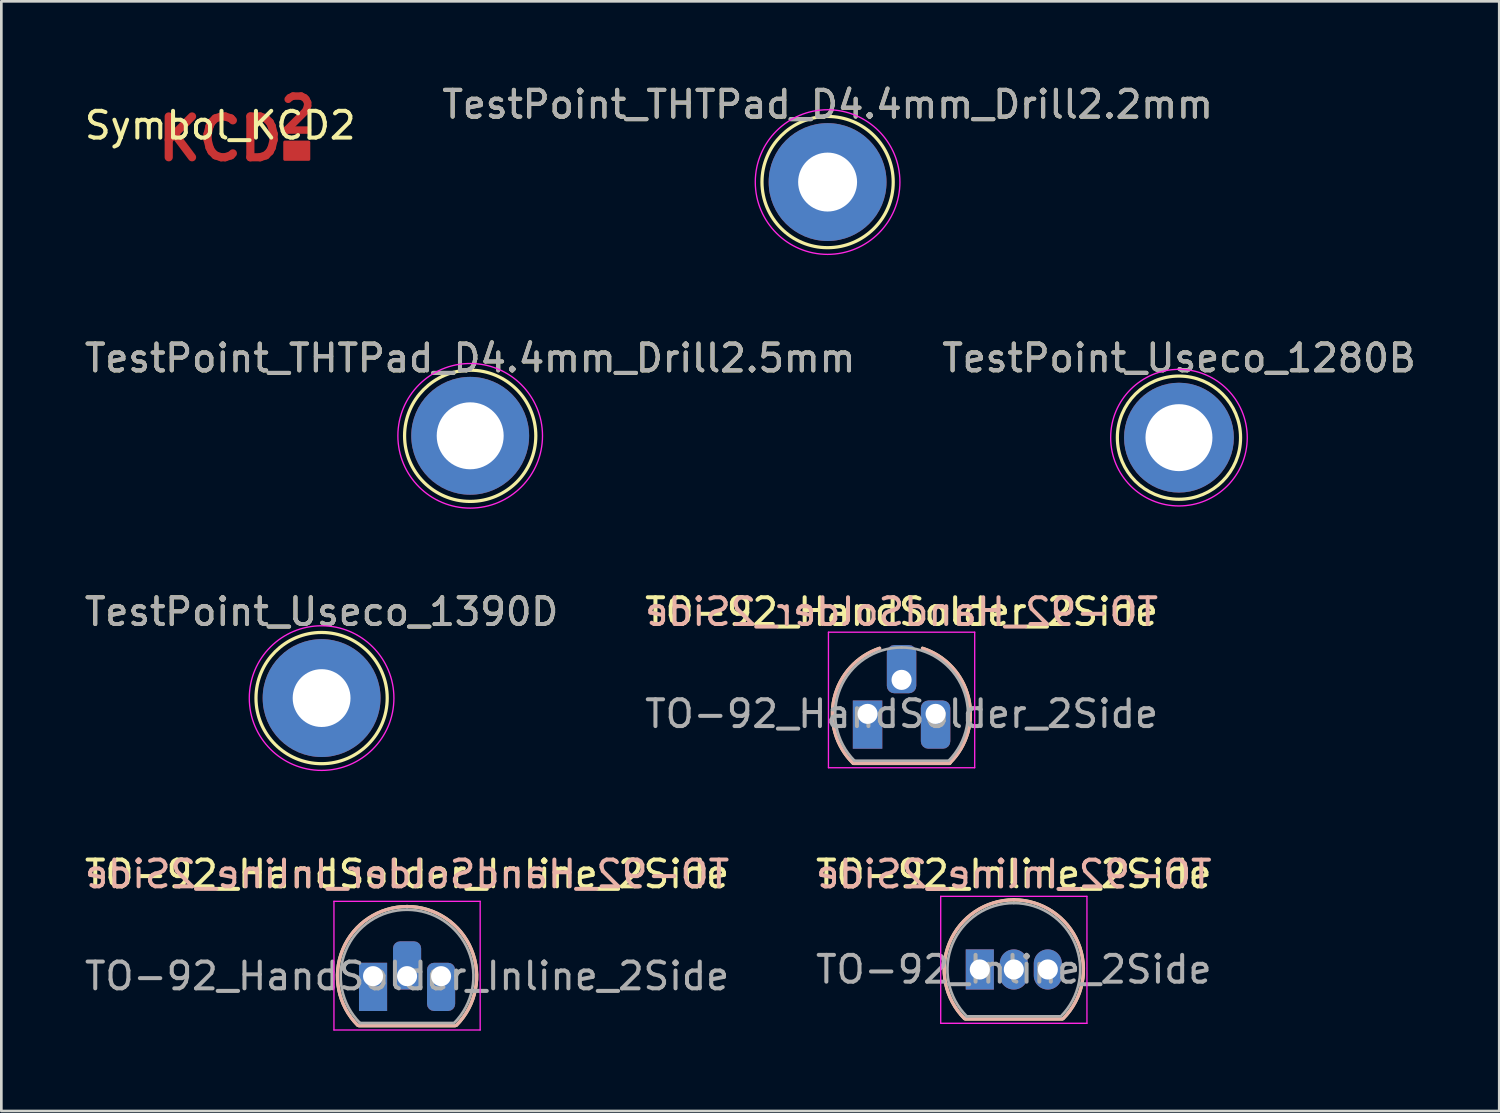
<source format=kicad_pcb>
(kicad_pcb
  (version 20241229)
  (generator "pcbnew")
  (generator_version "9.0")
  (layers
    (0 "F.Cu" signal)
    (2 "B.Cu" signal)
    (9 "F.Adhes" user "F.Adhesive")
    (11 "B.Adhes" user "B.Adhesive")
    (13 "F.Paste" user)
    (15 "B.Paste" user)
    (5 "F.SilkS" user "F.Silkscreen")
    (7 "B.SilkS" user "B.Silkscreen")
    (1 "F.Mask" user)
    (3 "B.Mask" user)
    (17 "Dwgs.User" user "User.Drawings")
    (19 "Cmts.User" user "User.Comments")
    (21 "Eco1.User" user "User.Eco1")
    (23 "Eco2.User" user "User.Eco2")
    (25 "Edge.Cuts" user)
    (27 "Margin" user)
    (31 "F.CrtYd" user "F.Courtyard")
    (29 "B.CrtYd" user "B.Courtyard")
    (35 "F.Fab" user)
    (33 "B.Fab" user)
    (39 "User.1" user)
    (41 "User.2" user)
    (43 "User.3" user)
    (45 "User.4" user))
  (footprint "TestPoint_THTPad_D4.4mm_Drill2.2mm"
    (layer "F.Cu")
    (at 27.851 3.748)
    (property "Reference" "TestPoint_THTPad_D4.4mm_Drill2.2mm" (at 0 -2.898 0) (layer "F.SilkS") (effects (font (size 1 1) (thickness 0.15))))
    (attr through_hole exclude_from_pos_files exclude_from_bom)
    (fp_circle (center 0 0) (end 2.45 0) (stroke (width 0.12) (type solid)) (fill no) (layer "F.SilkS"))
    (fp_circle (center 0 0) (end 2.7 0) (stroke (width 0.05) (type solid)) (fill no) (layer "F.CrtYd"))
    (fp_text user "${REFERENCE}" (at 0 -2.9 0) (layer "F.Fab") (effects (font (size 1 1) (thickness 0.15))))
    (pad "1" thru_hole circle (at 0 0) (size 4.4 4.4) (drill 2.2) (layers "*.Cu" "*.Mask")))
  (footprint "TestPoint_Useco_1280B"
    (layer "F.Cu")
    (at 40.97 13.291)
    (property "Reference" "TestPoint_Useco_1280B" (at 0 -2.97 0) (layer "F.SilkS") (effects (font (size 1 1) (thickness 0.15))))
    (attr through_hole exclude_from_pos_files exclude_from_bom)
    (fp_circle (center 0 0) (end 2.3 0) (stroke (width 0.12) (type solid)) (fill no) (layer "F.SilkS"))
    (fp_circle (center 0 0) (end 2.55 0) (stroke (width 0.05) (type solid)) (fill no) (layer "F.CrtYd"))
    (fp_text user "${REFERENCE}" (at 0 -2.97 0) (layer "F.Fab") (effects (font (size 1 1) (thickness 0.15))))
    (pad "1" thru_hole circle (at 0 0) (size 4.1 4.1) (drill 2.5) (layers "*.Cu" "*.Mask")))
  (footprint "TestPoint_Useco_1390D"
    (layer "F.Cu")
    (at 8.958 23.015)
    (property "Reference" "TestPoint_Useco_1390D" (at 0 -3.22 0) (layer "F.SilkS") (effects (font (size 1 1) (thickness 0.15))))
    (attr through_hole exclude_from_pos_files exclude_from_bom)
    (fp_circle (center 0 0) (end 2.45 0) (stroke (width 0.12) (type solid)) (fill no) (layer "F.SilkS"))
    (fp_circle (center 0 0) (end 2.7 0) (stroke (width 0.05) (type solid)) (fill no) (layer "F.CrtYd"))
    (fp_text user "${REFERENCE}" (at 0 -3.22 0) (layer "F.Fab") (effects (font (size 1 1) (thickness 0.15))))
    (pad "1" thru_hole circle (at 0 0) (size 4.4 4.4) (drill 2.159) (layers "*.Cu" "*.Mask")))
  (footprint "TestPoint_THTPad_D4.4mm_Drill2.5mm"
    (layer "F.Cu")
    (at 14.506 13.222)
    (property "Reference" "TestPoint_THTPad_D4.4mm_Drill2.5mm" (at 0 -2.898 0) (layer "F.SilkS") (effects (font (size 1 1) (thickness 0.15))))
    (attr through_hole exclude_from_pos_files exclude_from_bom)
    (fp_circle (center 0 0) (end 2.45 0) (stroke (width 0.12) (type solid)) (fill no) (layer "F.SilkS"))
    (fp_circle (center 0 0) (end 2.7 0) (stroke (width 0.05) (type solid)) (fill no) (layer "F.CrtYd"))
    (fp_text user "${REFERENCE}" (at 0 -2.9 0) (layer "F.Fab") (effects (font (size 1 1) (thickness 0.15))))
    (pad "1" thru_hole circle (at 0 0) (size 4.4 4.4) (drill 2.5) (layers "*.Cu" "*.Mask")))
  (footprint "TO-92_Inline_2Side"
    (layer "F.Cu")
    (at 33.534 33.148)
    (property "Reference" "TO-92_Inline_2Side" (at 1.27 -3.56 0) (layer "F.SilkS") (effects (font (size 1 1) (thickness 0.15))))
    (attr through_hole)
    (fp_line (start -0.53 1.85) (end 3.07 1.85) (stroke (width 0.12) (type solid)) (layer "F.SilkS"))
    (fp_arc (start -0.568478 1.838478) (mid -1.132087 -0.994977) (end 1.27 -2.6) (stroke (width 0.12) (type solid)) (layer "F.SilkS"))
    (fp_arc (start 1.27 -2.6) (mid 3.672087 -0.994977) (end 3.108478 1.838478) (stroke (width 0.12) (type solid)) (layer "F.SilkS"))
    (fp_line (start -0.53 1.85) (end 3.07 1.85) (stroke (width 0.12) (type solid)) (layer "B.SilkS"))
    (fp_arc (start -0.568478 1.838478) (mid -1.132087 -0.994977) (end 1.27 -2.6) (stroke (width 0.12) (type solid)) (layer "B.SilkS"))
    (fp_arc (start 1.27 -2.6) (mid 3.672087 -0.994977) (end 3.108478 1.838478) (stroke (width 0.12) (type solid)) (layer "B.SilkS"))
    (fp_line (start -1.46 -2.73) (end -1.46 2.01) (stroke (width 0.05) (type solid)) (layer "F.CrtYd"))
    (fp_line (start -1.46 -2.73) (end 4 -2.73) (stroke (width 0.05) (type solid)) (layer "F.CrtYd"))
    (fp_line (start 4 2.01) (end -1.46 2.01) (stroke (width 0.05) (type solid)) (layer "F.CrtYd"))
    (fp_line (start 4 2.01) (end 4 -2.73) (stroke (width 0.05) (type solid)) (layer "F.CrtYd"))
    (fp_line (start -0.5 1.75) (end 3 1.75) (stroke (width 0.1) (type solid)) (layer "F.Fab"))
    (fp_arc (start -0.483625 1.753625) (mid -1.021221 -0.949055) (end 1.27 -2.48) (stroke (width 0.1) (type solid)) (layer "F.Fab"))
    (fp_arc (start 1.27 -2.48) (mid 3.561221 -0.949055) (end 3.023625 1.753625) (stroke (width 0.1) (type solid)) (layer "F.Fab"))
    (fp_text user "${REFERENCE}" (at 1.27 -3.556 0) (layer "B.SilkS") (effects (font (size 1 1) (thickness 0.15)) (justify mirror)))
    (fp_text user "${REFERENCE}" (at 1.27 0 0) (layer "F.Fab") (effects (font (size 1 1) (thickness 0.15))))
    (pad "1" thru_hole rect (at 0 0) (size 1.05 1.5) (drill 0.75) (layers "*.Cu" "*.Mask"))
    (pad "2" thru_hole oval (at 1.27 0) (size 1.05 1.5) (drill 0.75) (layers "*.Cu" "*.Mask"))
    (pad "3" thru_hole oval (at 2.54 0) (size 1.05 1.5) (drill 0.75) (layers "*.Cu" "*.Mask")))
  (footprint "Symbol_KCD2"
    (layer "F.Cu")
    (at 5.173 2.133)
    (property "Reference" "Symbol_KCD2" (at 0 -0.5 0) (unlocked yes) (layer "F.SilkS") (effects (font (size 1 1) (thickness 0.15))))
    (fp_rect (start 2.413 0.127) (end 3.302 0.762) (stroke (width 0.12) (type solid)) (fill yes) (layer "F.Cu"))
    (fp_poly (pts (xy 3.683 1.143) (xy -2.413 1.143) (xy -2.413 -1.27) (xy 2.032 -1.27) (xy 2.032 -2.032) (xy 3.683 -2.032)) (stroke (width 0.12) (type solid)) (fill yes) (layer "F.Mask"))
    (fp_text user "2" (at 2.9 -0.9 180) (layer "F.Cu") (effects (font (size 1.27 1.27) (thickness 0.279))))
    (fp_text user "KCD" (at 0 0 180) (layer "F.Cu") (effects (font (size 1.524 1.524) (thickness 0.305)))))
  (footprint "TO-92_HandSolder_Inline_2Side"
    (layer "F.Cu")
    (at 10.879 33.398)
    (property "Reference" "TO-92_HandSolder_Inline_2Side" (at 1.27 -3.81 0) (layer "F.SilkS") (effects (font (size 1 1) (thickness 0.15))))
    (attr through_hole)
    (fp_line (start -0.53 1.85) (end 3.07 1.85) (stroke (width 0.12) (type solid)) (layer "F.SilkS"))
    (fp_arc (start -0.568478 1.838478) (mid -1.132087 -0.994977) (end 1.27 -2.6) (stroke (width 0.12) (type solid)) (layer "F.SilkS"))
    (fp_arc (start 1.27 -2.6) (mid 3.672087 -0.994977) (end 3.108478 1.838478) (stroke (width 0.12) (type solid)) (layer "F.SilkS"))
    (fp_line (start -0.53 1.85) (end 3.07 1.85) (stroke (width 0.12) (type solid)) (layer "B.SilkS"))
    (fp_arc (start -0.568478 1.838478) (mid -1.132087 -0.994977) (end 1.27 -2.6) (stroke (width 0.12) (type solid)) (layer "B.SilkS"))
    (fp_arc (start 1.27 -2.6) (mid 3.672087 -0.994977) (end 3.108478 1.838478) (stroke (width 0.12) (type solid)) (layer "B.SilkS"))
    (fp_line (start -1.46 -2.794) (end -1.46 2.01) (stroke (width 0.05) (type solid)) (layer "F.CrtYd"))
    (fp_line (start -1.46 -2.794) (end 4 -2.794) (stroke (width 0.05) (type solid)) (layer "F.CrtYd"))
    (fp_line (start 4 2.01) (end -1.46 2.01) (stroke (width 0.05) (type solid)) (layer "F.CrtYd"))
    (fp_line (start 4 2.01) (end 4 -2.794) (stroke (width 0.05) (type solid)) (layer "F.CrtYd"))
    (fp_line (start -0.5 1.75) (end 3 1.75) (stroke (width 0.1) (type solid)) (layer "F.Fab"))
    (fp_arc (start -0.483625 1.753625) (mid -1.021221 -0.949055) (end 1.27 -2.48) (stroke (width 0.1) (type solid)) (layer "F.Fab"))
    (fp_arc (start 1.27 -2.48) (mid 3.561221 -0.949055) (end 3.023625 1.753625) (stroke (width 0.1) (type solid)) (layer "F.Fab"))
    (fp_text user "${REFERENCE}" (at 1.27 -3.81 0) (layer "B.SilkS") (effects (font (size 1 1) (thickness 0.15)) (justify mirror)))
    (fp_text user "${REFERENCE}" (at 1.27 0 0) (layer "F.Fab") (effects (font (size 1 1) (thickness 0.15))))
    (pad "1" thru_hole rect (at 0 0) (size 1.05 1.8) (drill 0.75 (offset 0 0.4)) (layers "*.Cu" "*.Mask"))
    (pad "2" thru_hole roundrect (at 1.27 0) (size 1.05 1.8) (drill 0.75 (offset 0 -0.4)) (layers "*.Cu" "*.Mask") (roundrect_rratio 0.25))
    (pad "3" thru_hole roundrect (at 2.54 0) (size 1.05 1.8) (drill 0.75 (offset 0 0.4)) (layers "*.Cu" "*.Mask") (roundrect_rratio 0.25)))
  (footprint "TO-92_HandSolder_2Side"
    (layer "F.Cu")
    (at 29.343 23.605)
    (property "Reference" "TO-92_HandSolder_2Side" (at 1.27 -3.81 0) (layer "F.SilkS") (effects (font (size 1 1) (thickness 0.15))))
    (attr through_hole)
    (fp_line (start -0.53 1.85) (end 3.07 1.85) (stroke (width 0.12) (type solid)) (layer "F.SilkS"))
    (fp_arc (start -0.541875 1.841741) (mid -1.247231 -0.581764) (end 0.45 -2.45) (stroke (width 0.12) (type solid)) (layer "F.SilkS"))
    (fp_arc (start 2.05 -2.45) (mid 3.769931 -0.601036) (end 3.078445 1.827684) (stroke (width 0.12) (type solid)) (layer "F.SilkS"))
    (fp_line (start -0.53 1.85) (end 3.07 1.85) (stroke (width 0.12) (type solid)) (layer "B.SilkS"))
    (fp_arc (start -0.541875 1.841741) (mid -1.247231 -0.581764) (end 0.45 -2.45) (stroke (width 0.12) (type solid)) (layer "B.SilkS"))
    (fp_arc (start 2.05 -2.45) (mid 3.769931 -0.601036) (end 3.078445 1.827684) (stroke (width 0.12) (type solid)) (layer "B.SilkS"))
    (fp_line (start -1.46 -3.05) (end -1.46 2.01) (stroke (width 0.05) (type solid)) (layer "F.CrtYd"))
    (fp_line (start -1.46 -3.05) (end 4 -3.05) (stroke (width 0.05) (type solid)) (layer "F.CrtYd"))
    (fp_line (start 4 2.01) (end -1.46 2.01) (stroke (width 0.05) (type solid)) (layer "F.CrtYd"))
    (fp_line (start 4 2.01) (end 4 -3.05) (stroke (width 0.05) (type solid)) (layer "F.CrtYd"))
    (fp_line (start -0.5 1.75) (end 3 1.75) (stroke (width 0.1) (type solid)) (layer "F.Fab"))
    (fp_arc (start -0.483625 1.753625) (mid -1.021221 -0.949055) (end 1.27 -2.48) (stroke (width 0.1) (type solid)) (layer "F.Fab"))
    (fp_arc (start 1.27 -2.48) (mid 3.561221 -0.949055) (end 3.023625 1.753625) (stroke (width 0.1) (type solid)) (layer "F.Fab"))
    (fp_text user "${REFERENCE}" (at 1.27 -3.81 0) (layer "B.SilkS") (effects (font (size 1 1) (thickness 0.15)) (justify mirror)))
    (fp_text user "${REFERENCE}" (at 1.27 0 0) (layer "F.Fab") (effects (font (size 1 1) (thickness 0.15))))
    (pad "1" thru_hole rect (at 0 0) (size 1.1 1.8) (drill 0.75 (offset 0 0.4)) (layers "*.Cu" "*.Mask"))
    (pad "2" thru_hole roundrect (at 1.27 -1.27) (size 1.1 1.8) (drill 0.75 (offset 0 -0.4)) (layers "*.Cu" "*.Mask") (roundrect_rratio 0.25))
    (pad "3" thru_hole roundrect (at 2.54 0) (size 1.1 1.8) (drill 0.75 (offset 0 0.4)) (layers "*.Cu" "*.Mask") (roundrect_rratio 0.25)))
  (gr_rect
    (start -3 -3)
    (end 52.929 38.433)
    (stroke (width 0.1) (type default))
    (fill no)
    (layer "Edge.Cuts")))
</source>
